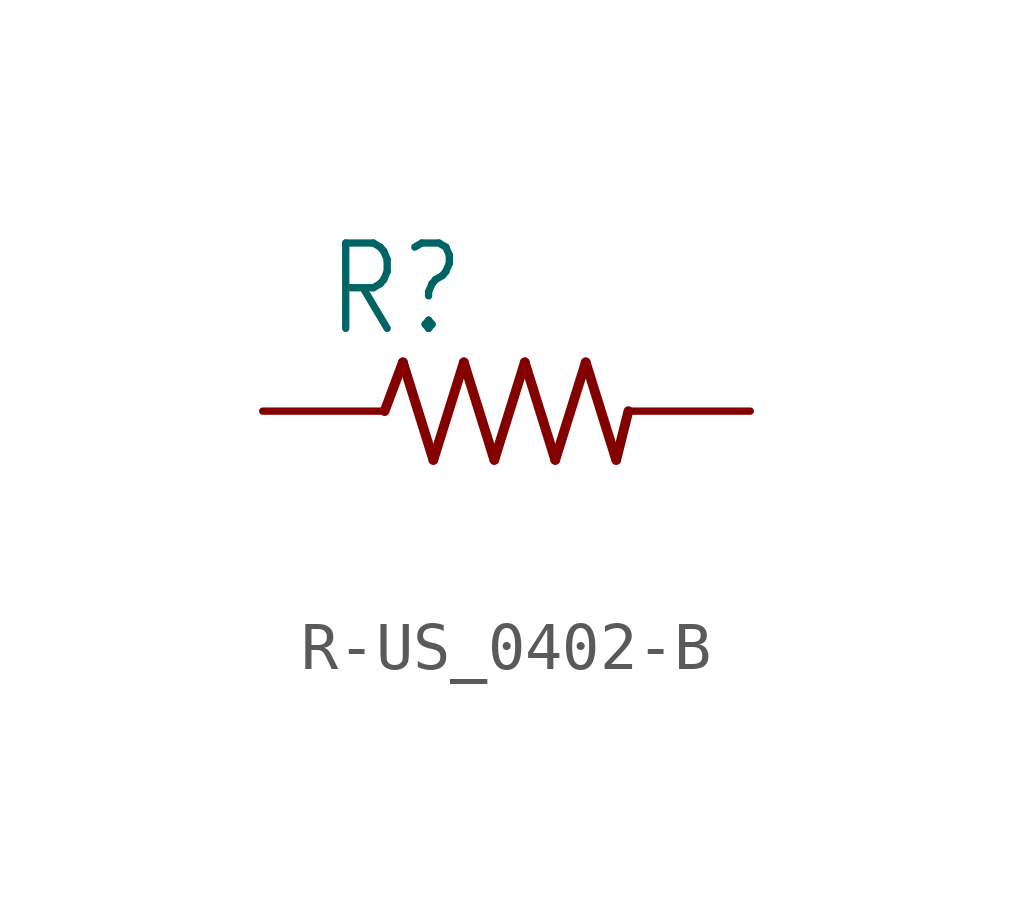
<source format=kicad_sym>
(kicad_symbol_lib
  (version 20241209)
  (generator "kicad_symbol_editor")
  (generator_version "9.0")
  (symbol "R-US_0402-B"
    (property "Reference" "R"
      (at -3.81 1.499 0)
      (effects (font (size 1.778 1.511)) (justify left bottom)))
    (property "Value" ""
      (at -3.81 -3.302 0)
      (effects (font (size 1.778 1.511)) (justify left bottom)))
    (property "ki_locked" ""
      (at 0 0 0)
      (effects (font (size 1.27 1.27))))
    (symbol "R-US_0402-B_1_0"
      (polyline (pts (xy -2.54 0) (xy -2.159 1.016)) (stroke (width 0.203) (type solid)) (fill (type none)))
      (polyline (pts (xy -2.159 1.016) (xy -1.524 -1.016)) (stroke (width 0.203) (type solid)) (fill (type none)))
      (polyline (pts (xy -1.524 -1.016) (xy -0.889 1.016)) (stroke (width 0.203) (type solid)) (fill (type none)))
      (polyline (pts (xy -0.889 1.016) (xy -0.254 -1.016)) (stroke (width 0.203) (type solid)) (fill (type none)))
      (polyline (pts (xy -0.254 -1.016) (xy 0.381 1.016)) (stroke (width 0.203) (type solid)) (fill (type none)))
      (polyline (pts (xy 0.381 1.016) (xy 1.016 -1.016)) (stroke (width 0.203) (type solid)) (fill (type none)))
      (polyline (pts (xy 1.016 -1.016) (xy 1.651 1.016)) (stroke (width 0.203) (type solid)) (fill (type none)))
      (polyline (pts (xy 1.651 1.016) (xy 2.286 -1.016)) (stroke (width 0.203) (type solid)) (fill (type none)))
      (polyline (pts (xy 2.286 -1.016) (xy 2.54 0)) (stroke (width 0.203) (type solid)) (fill (type none)))
      (pin passive line (at -5.08 0 0) (length 2.54) (name "1" (effects (font (size 0 0)))) (number "1" (effects (font (size 0 0)))))
      (pin passive line (at 5.08 0 180) (length 2.54) (name "2" (effects (font (size 0 0)))) (number "2" (effects (font (size 0 0))))))))
</source>
